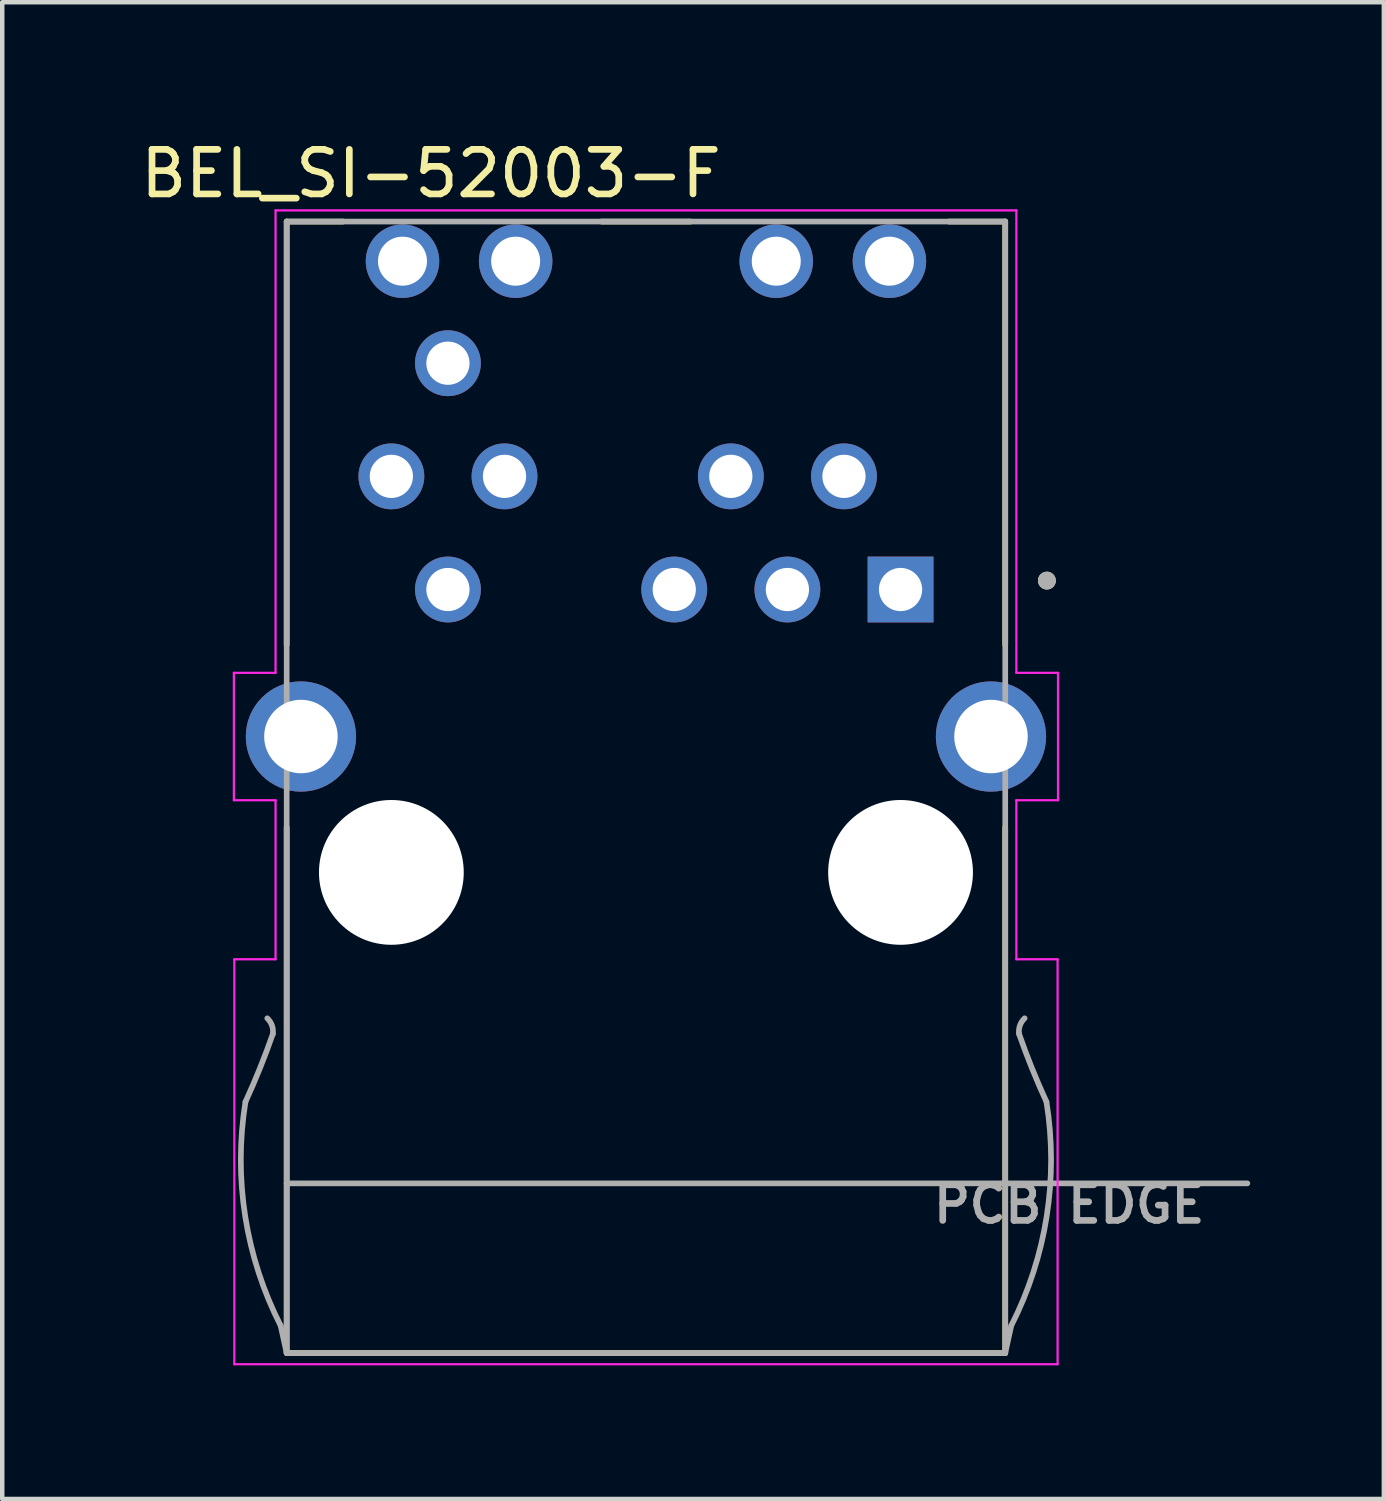
<source format=kicad_pcb>
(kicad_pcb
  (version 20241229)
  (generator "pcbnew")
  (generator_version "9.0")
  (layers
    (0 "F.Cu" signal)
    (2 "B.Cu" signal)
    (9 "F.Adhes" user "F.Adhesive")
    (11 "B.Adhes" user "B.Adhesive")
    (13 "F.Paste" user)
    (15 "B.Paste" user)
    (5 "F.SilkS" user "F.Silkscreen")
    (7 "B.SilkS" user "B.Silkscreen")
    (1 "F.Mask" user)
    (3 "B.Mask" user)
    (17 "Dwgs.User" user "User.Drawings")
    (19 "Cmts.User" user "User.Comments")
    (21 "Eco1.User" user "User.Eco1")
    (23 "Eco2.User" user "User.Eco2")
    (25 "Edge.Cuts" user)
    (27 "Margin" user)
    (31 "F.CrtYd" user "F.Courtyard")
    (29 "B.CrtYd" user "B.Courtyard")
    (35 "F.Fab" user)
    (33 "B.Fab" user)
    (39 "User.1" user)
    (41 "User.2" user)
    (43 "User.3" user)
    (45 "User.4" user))
  (footprint "BEL_SI-52003-F"
    (layer "F.Cu")
    (at 11.45 13.483)
    (property "Reference" "BEL_SI-52003-F" (at -4.825 -12.635 0) (layer "F.SilkS") (effects (font (size 1 1) (thickness 0.15))))
    (attr through_hole)
    (fp_line (start -8.065 -11.56) (end -8.065 -2.06) (stroke (width 0.127) (type solid)) (layer "F.SilkS"))
    (fp_line (start -8.065 -11.56) (end -6.8 -11.56) (stroke (width 0.127) (type solid)) (layer "F.SilkS"))
    (fp_line (start -8.065 2.04) (end -8.065 13.84) (stroke (width 0.127) (type solid)) (layer "F.SilkS"))
    (fp_line (start -1 -11.56) (end 1 -11.56) (stroke (width 0.127) (type solid)) (layer "F.SilkS"))
    (fp_line (start 6.8 -11.56) (end 8.065 -11.56) (stroke (width 0.127) (type solid)) (layer "F.SilkS"))
    (fp_line (start 8.065 -11.56) (end 8.065 -2.06) (stroke (width 0.127) (type solid)) (layer "F.SilkS"))
    (fp_line (start 8.065 2.04) (end 8.065 13.84) (stroke (width 0.127) (type solid)) (layer "F.SilkS"))
    (fp_line (start 8.065 13.84) (end -8.065 13.84) (stroke (width 0.127) (type solid)) (layer "F.SilkS"))
    (fp_circle (center 9 -3.5) (end 9.1 -3.5) (stroke (width 0.2) (type solid)) (fill no) (layer "F.SilkS"))
    (fp_line (start -9.25 -1.43) (end -8.315 -1.43) (stroke (width 0.05) (type solid)) (layer "F.CrtYd"))
    (fp_line (start -9.25 1.43) (end -9.25 -1.43) (stroke (width 0.05) (type solid)) (layer "F.CrtYd"))
    (fp_line (start -9.24 5) (end -8.315 5) (stroke (width 0.05) (type solid)) (layer "F.CrtYd"))
    (fp_line (start -9.24 14.09) (end -9.24 5) (stroke (width 0.05) (type solid)) (layer "F.CrtYd"))
    (fp_line (start -8.315 -11.81) (end 8.315 -11.81) (stroke (width 0.05) (type solid)) (layer "F.CrtYd"))
    (fp_line (start -8.315 -1.43) (end -8.315 -11.81) (stroke (width 0.05) (type solid)) (layer "F.CrtYd"))
    (fp_line (start -8.315 1.43) (end -9.25 1.43) (stroke (width 0.05) (type solid)) (layer "F.CrtYd"))
    (fp_line (start -8.315 5) (end -8.315 1.43) (stroke (width 0.05) (type solid)) (layer "F.CrtYd"))
    (fp_line (start 8.315 -11.81) (end 8.315 -1.43) (stroke (width 0.05) (type solid)) (layer "F.CrtYd"))
    (fp_line (start 8.315 -1.43) (end 9.25 -1.43) (stroke (width 0.05) (type solid)) (layer "F.CrtYd"))
    (fp_line (start 8.315 1.43) (end 8.315 5) (stroke (width 0.05) (type solid)) (layer "F.CrtYd"))
    (fp_line (start 8.315 5) (end 9.24 5) (stroke (width 0.05) (type solid)) (layer "F.CrtYd"))
    (fp_line (start 9.24 5) (end 9.24 14.09) (stroke (width 0.05) (type solid)) (layer "F.CrtYd"))
    (fp_line (start 9.24 14.09) (end -9.24 14.09) (stroke (width 0.05) (type solid)) (layer "F.CrtYd"))
    (fp_line (start 9.25 -1.43) (end 9.25 1.43) (stroke (width 0.05) (type solid)) (layer "F.CrtYd"))
    (fp_line (start 9.25 1.43) (end 8.315 1.43) (stroke (width 0.05) (type solid)) (layer "F.CrtYd"))
    (fp_line (start -8.065 -11.56) (end 8.065 -11.56) (stroke (width 0.127) (type solid)) (layer "F.Fab"))
    (fp_line (start -8.065 10.03) (end -8.065 -11.56) (stroke (width 0.127) (type solid)) (layer "F.Fab"))
    (fp_line (start -8.065 10.03) (end 13.5 10.03) (stroke (width 0.127) (type solid)) (layer "F.Fab"))
    (fp_line (start -8.065 13.84) (end -8.2 13.225) (stroke (width 0.127) (type solid)) (layer "F.Fab"))
    (fp_line (start -8.065 13.84) (end -8.065 10.03) (stroke (width 0.127) (type solid)) (layer "F.Fab"))
    (fp_line (start 8.065 -11.56) (end 8.065 13.84) (stroke (width 0.127) (type solid)) (layer "F.Fab"))
    (fp_line (start 8.065 13.84) (end -8.065 13.84) (stroke (width 0.127) (type solid)) (layer "F.Fab"))
    (fp_line (start 8.065 13.84) (end 8.2 13.225) (stroke (width 0.127) (type solid)) (layer "F.Fab"))
    (fp_arc (start -8.5 6.325) (mid -8.395272 6.484919) (end -8.375 6.675) (stroke (width 0.127) (type solid)) (layer "F.Fab"))
    (fp_arc (start -8.375 6.675) (mid -8.66425 7.44486) (end -8.99 8.2) (stroke (width 0.127) (type solid)) (layer "F.Fab"))
    (fp_arc (start -8.2 13.225) (mid -8.994768 10.775349) (end -8.99 8.2) (stroke (width 0.127) (type solid)) (layer "F.Fab"))
    (fp_arc (start 8.375 6.675) (mid 8.395272 6.484918) (end 8.5 6.325) (stroke (width 0.127) (type solid)) (layer "F.Fab"))
    (fp_arc (start 8.99 8.2) (mid 8.994768 10.775349) (end 8.2 13.225) (stroke (width 0.127) (type solid)) (layer "F.Fab"))
    (fp_arc (start 8.99 8.2) (mid 8.66425 7.44486) (end 8.375 6.675) (stroke (width 0.127) (type solid)) (layer "F.Fab"))
    (fp_circle (center 9 -3.5) (end 9.1 -3.5) (stroke (width 0.2) (type solid)) (fill no) (layer "F.Fab"))
    (fp_text user "PCB EDGE" (at 9.5 10.5 0) (layer "F.Fab") (effects (font (size 0.8 0.8) (thickness 0.15))))
    (pad "" np_thru_hole circle (at -5.715 3.05) (size 3.25 3.25) (drill 3.25) (layers "*.Cu" "*.Mask"))
    (pad "" np_thru_hole circle (at 5.715 3.05) (size 3.25 3.25) (drill 3.25) (layers "*.Cu" "*.Mask"))
    (pad "1" thru_hole rect (at 5.715 -3.3) (size 1.478 1.478) (drill 0.97) (layers "*.Cu" "*.Mask"))
    (pad "2" thru_hole circle (at 4.445 -5.84) (size 1.478 1.478) (drill 0.97) (layers "*.Cu" "*.Mask"))
    (pad "3" thru_hole circle (at 3.175 -3.3) (size 1.478 1.478) (drill 0.97) (layers "*.Cu" "*.Mask"))
    (pad "4" thru_hole circle (at 1.905 -5.84) (size 1.478 1.478) (drill 0.97) (layers "*.Cu" "*.Mask"))
    (pad "5" thru_hole circle (at 0.635 -3.3) (size 1.478 1.478) (drill 0.97) (layers "*.Cu" "*.Mask"))
    (pad "8" thru_hole circle (at -3.175 -5.84) (size 1.478 1.478) (drill 0.97) (layers "*.Cu" "*.Mask"))
    (pad "9" thru_hole circle (at -4.445 -3.3) (size 1.478 1.478) (drill 0.97) (layers "*.Cu" "*.Mask"))
    (pad "10" thru_hole circle (at -5.715 -5.84) (size 1.478 1.478) (drill 0.97) (layers "*.Cu" "*.Mask"))
    (pad "11" thru_hole circle (at -4.445 -8.38) (size 1.478 1.478) (drill 0.97) (layers "*.Cu" "*.Mask"))
    (pad "A1" thru_hole circle (at -5.465 -10.67) (size 1.65 1.65) (drill 1.1) (layers "*.Cu" "*.Mask"))
    (pad "A2" thru_hole circle (at 2.925 -10.67) (size 1.65 1.65) (drill 1.1) (layers "*.Cu" "*.Mask"))
    (pad "C1" thru_hole circle (at -2.925 -10.67) (size 1.65 1.65) (drill 1.1) (layers "*.Cu" "*.Mask"))
    (pad "C2" thru_hole circle (at 5.465 -10.67) (size 1.65 1.65) (drill 1.1) (layers "*.Cu" "*.Mask"))
    (pad "S1" thru_hole circle (at -7.745 0) (size 2.475 2.475) (drill 1.65) (layers "*.Cu" "*.Mask"))
    (pad "S2" thru_hole circle (at 7.745 0) (size 2.475 2.475) (drill 1.65) (layers "*.Cu" "*.Mask")))
  (gr_rect
    (start -3 -3)
    (end 28.014 30.598)
    (stroke (width 0.1) (type default))
    (fill no)
    (layer "Edge.Cuts")))
</source>
